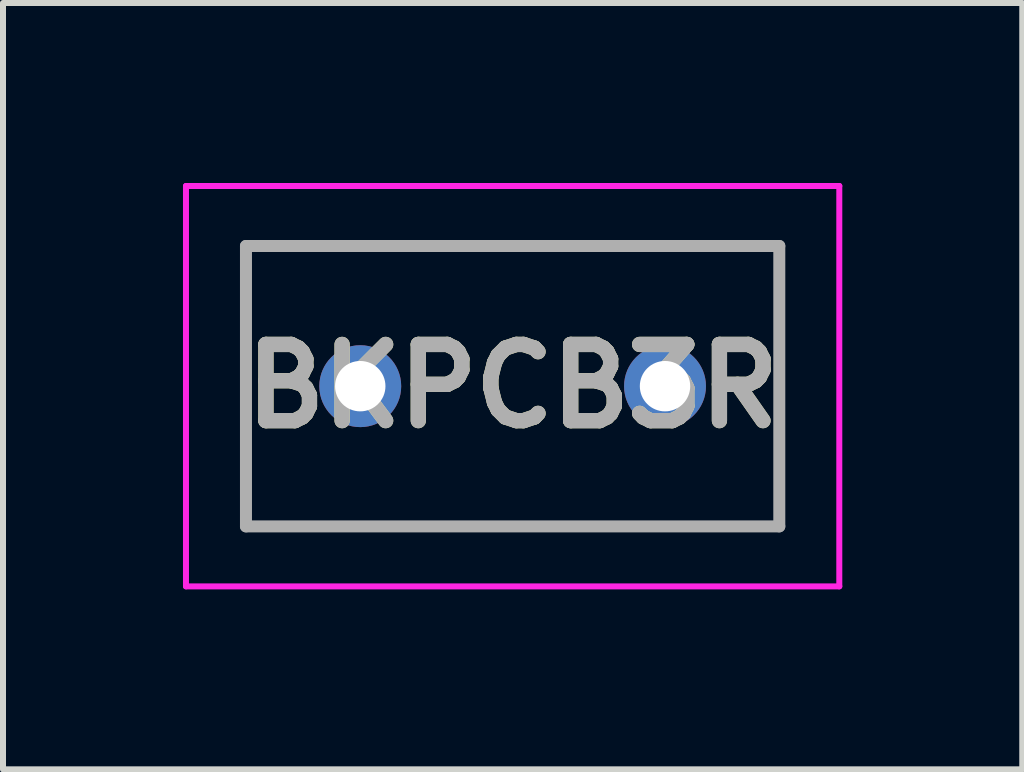
<source format=kicad_pcb>
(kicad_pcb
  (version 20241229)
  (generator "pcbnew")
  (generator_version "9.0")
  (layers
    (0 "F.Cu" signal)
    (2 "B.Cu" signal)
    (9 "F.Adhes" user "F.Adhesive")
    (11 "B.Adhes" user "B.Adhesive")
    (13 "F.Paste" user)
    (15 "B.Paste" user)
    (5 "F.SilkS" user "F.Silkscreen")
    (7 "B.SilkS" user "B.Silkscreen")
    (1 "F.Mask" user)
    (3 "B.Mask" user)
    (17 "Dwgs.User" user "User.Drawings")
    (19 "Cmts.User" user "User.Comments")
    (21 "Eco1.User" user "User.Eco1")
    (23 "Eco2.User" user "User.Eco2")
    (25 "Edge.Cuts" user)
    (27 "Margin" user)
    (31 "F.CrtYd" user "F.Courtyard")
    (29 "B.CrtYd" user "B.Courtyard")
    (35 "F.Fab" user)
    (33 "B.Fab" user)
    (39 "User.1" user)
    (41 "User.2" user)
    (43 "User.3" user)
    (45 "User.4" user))
  (footprint "BKPCB3R"
    (layer "F.Cu")
    (at 2.955 3.387)
    (property "Reference" "BKPCB3R" (at 2.54 0 0) (layer "F.SilkS") (effects (font (size 1.27 1.27) (thickness 0.254))))
    (attr through_hole)
    (fp_line (start -1.905 -2.337) (end 6.985 -2.337) (stroke (width 0.1) (type solid)) (layer "F.SilkS"))
    (fp_line (start -1.905 2.337) (end -1.905 -2.337) (stroke (width 0.1) (type solid)) (layer "F.SilkS"))
    (fp_line (start 6.985 -2.337) (end 6.985 2.337) (stroke (width 0.1) (type solid)) (layer "F.SilkS"))
    (fp_line (start 6.985 2.337) (end -1.905 2.337) (stroke (width 0.1) (type solid)) (layer "F.SilkS"))
    (fp_line (start -2.905 -3.337) (end 7.985 -3.337) (stroke (width 0.1) (type solid)) (layer "F.CrtYd"))
    (fp_line (start -2.905 3.337) (end -2.905 -3.337) (stroke (width 0.1) (type solid)) (layer "F.CrtYd"))
    (fp_line (start 7.985 -3.337) (end 7.985 3.337) (stroke (width 0.1) (type solid)) (layer "F.CrtYd"))
    (fp_line (start 7.985 3.337) (end -2.905 3.337) (stroke (width 0.1) (type solid)) (layer "F.CrtYd"))
    (fp_line (start -1.905 -2.337) (end 6.985 -2.337) (stroke (width 0.2) (type solid)) (layer "F.Fab"))
    (fp_line (start -1.905 2.337) (end -1.905 -2.337) (stroke (width 0.2) (type solid)) (layer "F.Fab"))
    (fp_line (start 6.985 -2.337) (end 6.985 2.337) (stroke (width 0.2) (type solid)) (layer "F.Fab"))
    (fp_line (start 6.985 2.337) (end -1.905 2.337) (stroke (width 0.2) (type solid)) (layer "F.Fab"))
    (fp_text user "${REFERENCE}" (at 2.54 0 0) (layer "F.Fab") (effects (font (size 1.27 1.27) (thickness 0.254))))
    (pad "1" thru_hole circle (at 0 0) (size 1.365 1.365) (drill 0.84) (layers "*.Cu" "*.Mask"))
    (pad "2" thru_hole circle (at 5.08 0) (size 1.365 1.365) (drill 0.84) (layers "*.Cu" "*.Mask")))
  (gr_rect
    (start -3 -3)
    (end 13.99 9.774)
    (stroke (width 0.1) (type default))
    (fill no)
    (layer "Edge.Cuts")))
</source>
